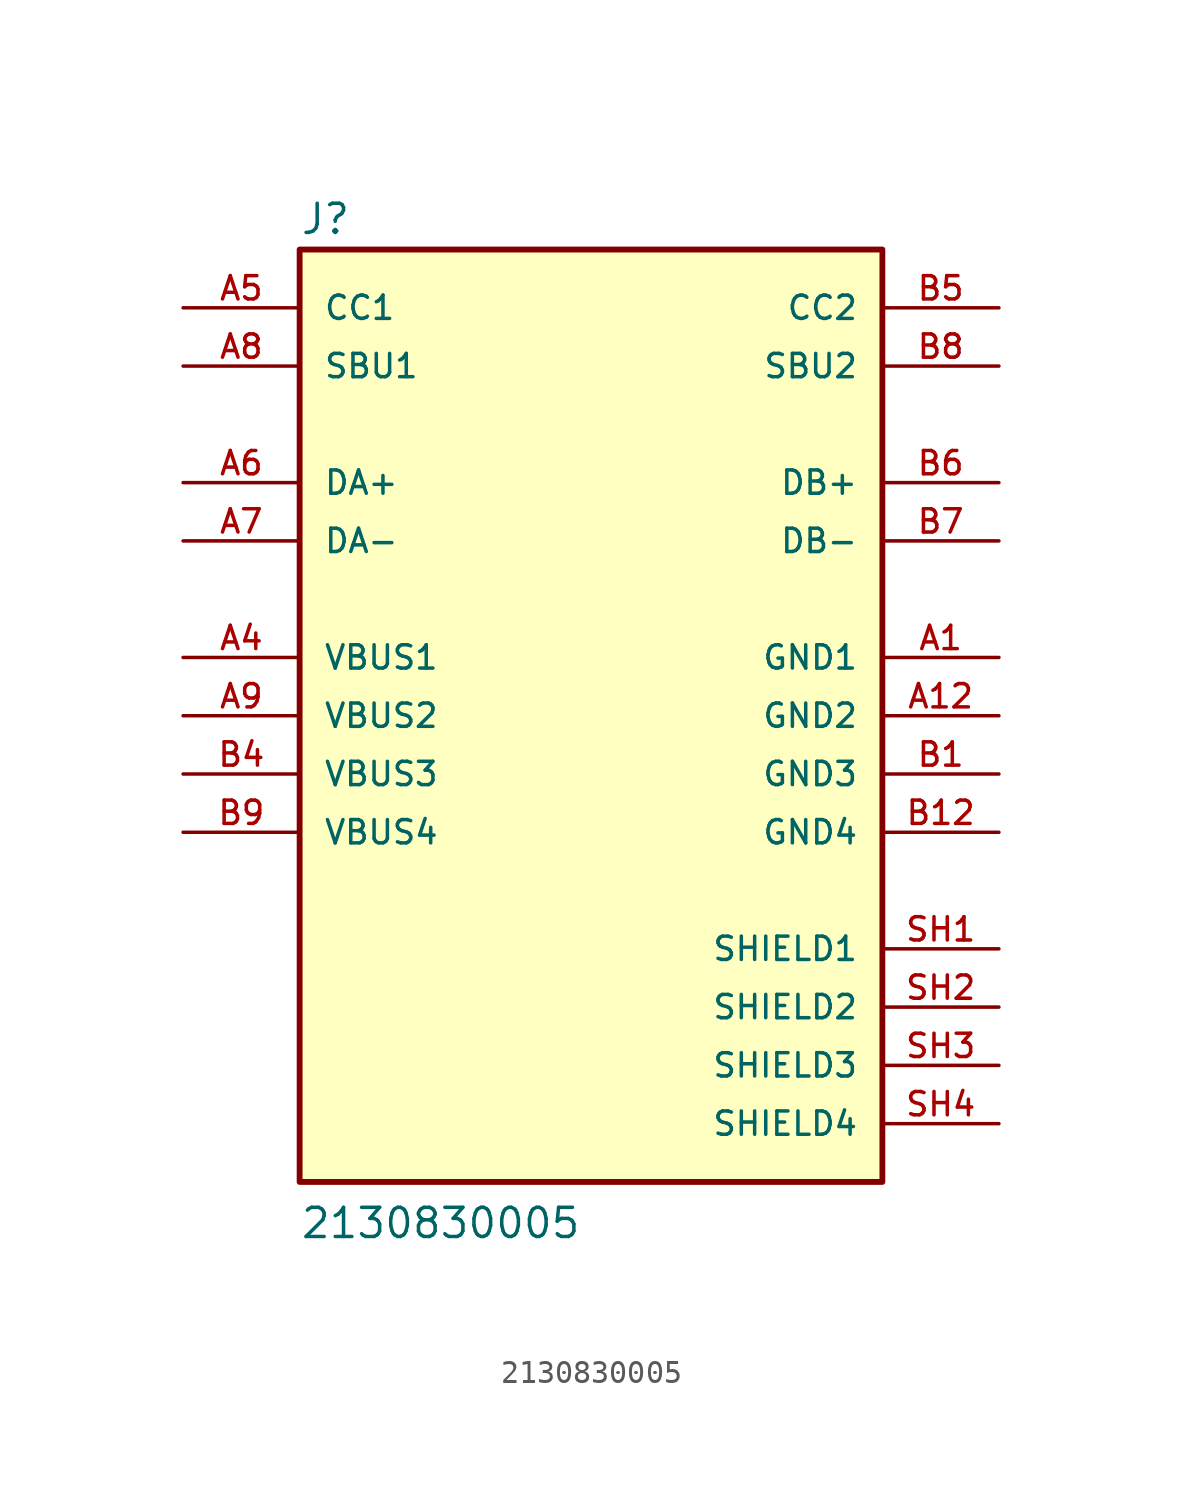
<source format=kicad_sym>
(kicad_symbol_lib
  (version 20211014)
  (generator kicad_symbol_editor)
  (symbol "2130830005"
    (pin_names
      (offset 1.016))
    (property "Reference" "J"
      (at -12.7 20.904 0)
      (effects (font (size 1.27 1.27)) (justify bottom left)))
    (property "Value" "2130830005"
      (at -12.7 -22.86 0)
      (effects (font (size 1.27 1.27)) (justify bottom left)))
    (symbol "2130830005_0_0"
      (rectangle (start -12.7 -20.32) (end 12.7 20.32) (stroke (width 0.254)) (fill (type background)))
      (pin power_in line (at 17.78 2.54 180.0) (length 5.08) (name "GND1" (effects (font (size 1.016 1.016)))) (number "A1" (effects (font (size 1.016 1.016)))))
      (pin power_in line (at -17.78 2.54 0) (length 5.08) (name "VBUS1" (effects (font (size 1.016 1.016)))) (number "A4" (effects (font (size 1.016 1.016)))))
      (pin bidirectional line (at -17.78 17.78 0) (length 5.08) (name "CC1" (effects (font (size 1.016 1.016)))) (number "A5" (effects (font (size 1.016 1.016)))))
      (pin bidirectional line (at -17.78 10.16 0) (length 5.08) (name "DA+" (effects (font (size 1.016 1.016)))) (number "A6" (effects (font (size 1.016 1.016)))))
      (pin bidirectional line (at -17.78 7.62 0) (length 5.08) (name "DA-" (effects (font (size 1.016 1.016)))) (number "A7" (effects (font (size 1.016 1.016)))))
      (pin bidirectional line (at -17.78 15.24 0) (length 5.08) (name "SBU1" (effects (font (size 1.016 1.016)))) (number "A8" (effects (font (size 1.016 1.016)))))
      (pin power_in line (at 17.78 0.0 180.0) (length 5.08) (name "GND2" (effects (font (size 1.016 1.016)))) (number "A12" (effects (font (size 1.016 1.016)))))
      (pin power_in line (at -17.78 0.0 0) (length 5.08) (name "VBUS2" (effects (font (size 1.016 1.016)))) (number "A9" (effects (font (size 1.016 1.016)))))
      (pin bidirectional line (at 17.78 15.24 180.0) (length 5.08) (name "SBU2" (effects (font (size 1.016 1.016)))) (number "B8" (effects (font (size 1.016 1.016)))))
      (pin bidirectional line (at 17.78 17.78 180.0) (length 5.08) (name "CC2" (effects (font (size 1.016 1.016)))) (number "B5" (effects (font (size 1.016 1.016)))))
      (pin bidirectional line (at 17.78 10.16 180.0) (length 5.08) (name "DB+" (effects (font (size 1.016 1.016)))) (number "B6" (effects (font (size 1.016 1.016)))))
      (pin bidirectional line (at 17.78 7.62 180.0) (length 5.08) (name "DB-" (effects (font (size 1.016 1.016)))) (number "B7" (effects (font (size 1.016 1.016)))))
      (pin passive line (at 17.78 -10.16 180.0) (length 5.08) (name "SHIELD1" (effects (font (size 1.016 1.016)))) (number "SH1" (effects (font (size 1.016 1.016)))))
      (pin passive line (at 17.78 -12.7 180.0) (length 5.08) (name "SHIELD2" (effects (font (size 1.016 1.016)))) (number "SH2" (effects (font (size 1.016 1.016)))))
      (pin passive line (at 17.78 -15.24 180.0) (length 5.08) (name "SHIELD3" (effects (font (size 1.016 1.016)))) (number "SH3" (effects (font (size 1.016 1.016)))))
      (pin passive line (at 17.78 -17.78 180.0) (length 5.08) (name "SHIELD4" (effects (font (size 1.016 1.016)))) (number "SH4" (effects (font (size 1.016 1.016)))))
      (pin power_in line (at 17.78 -2.54 180.0) (length 5.08) (name "GND3" (effects (font (size 1.016 1.016)))) (number "B1" (effects (font (size 1.016 1.016)))))
      (pin power_in line (at -17.78 -2.54 0) (length 5.08) (name "VBUS3" (effects (font (size 1.016 1.016)))) (number "B4" (effects (font (size 1.016 1.016)))))
      (pin power_in line (at 17.78 -5.08 180.0) (length 5.08) (name "GND4" (effects (font (size 1.016 1.016)))) (number "B12" (effects (font (size 1.016 1.016)))))
      (pin power_in line (at -17.78 -5.08 0) (length 5.08) (name "VBUS4" (effects (font (size 1.016 1.016)))) (number "B9" (effects (font (size 1.016 1.016))))))))
</source>
